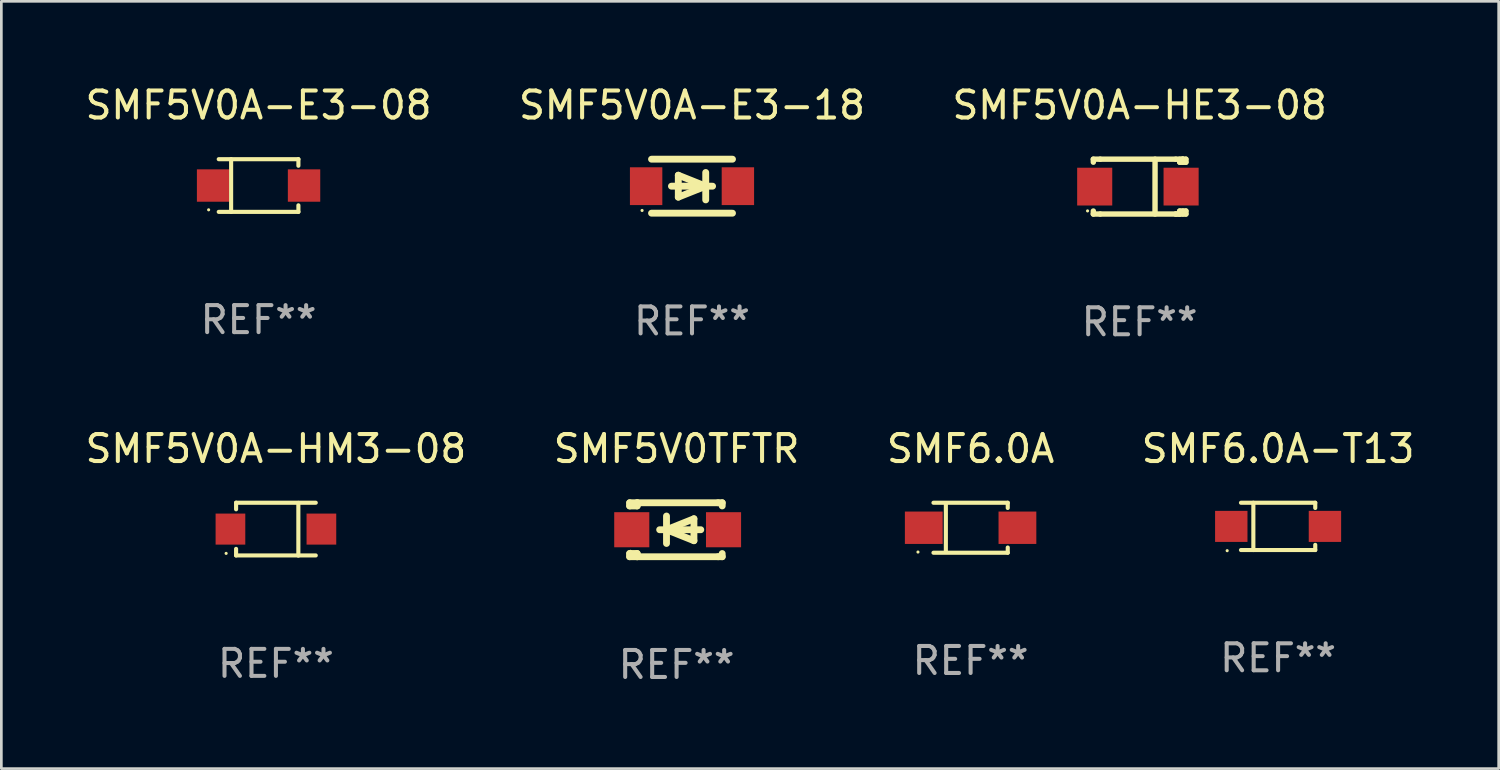
<source format=kicad_pcb>
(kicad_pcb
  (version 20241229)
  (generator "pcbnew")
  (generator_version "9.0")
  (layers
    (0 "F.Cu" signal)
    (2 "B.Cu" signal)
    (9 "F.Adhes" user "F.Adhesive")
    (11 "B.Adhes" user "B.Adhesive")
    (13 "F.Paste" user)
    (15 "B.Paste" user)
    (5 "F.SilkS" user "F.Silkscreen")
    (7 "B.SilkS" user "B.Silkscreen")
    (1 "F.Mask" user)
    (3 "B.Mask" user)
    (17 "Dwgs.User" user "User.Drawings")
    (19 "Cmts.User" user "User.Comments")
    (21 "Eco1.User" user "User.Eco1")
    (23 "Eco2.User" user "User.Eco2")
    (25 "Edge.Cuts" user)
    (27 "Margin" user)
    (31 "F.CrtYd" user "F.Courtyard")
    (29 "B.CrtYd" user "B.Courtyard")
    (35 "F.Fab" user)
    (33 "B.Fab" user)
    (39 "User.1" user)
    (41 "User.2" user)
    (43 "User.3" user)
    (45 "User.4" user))
  (footprint "SMF6.0A-T13"
    (layer "F.Cu")
    (at 44.304 16.453)
    (property "Reference" "SMF6.0A-T13" (at 0 -2.876 0) (layer "F.SilkS") (effects (font (size 1 1) (thickness 0.15))))
    (attr through_hole)
    (fp_line (start -1.376 -0.876) (end 1.376 -0.876) (stroke (width 0.152) (type solid)) (layer "F.SilkS"))
    (fp_line (start -1.376 0.876) (end 1.376 0.876) (stroke (width 0.152) (type solid)) (layer "F.SilkS"))
    (fp_line (start -0.917 -0.876) (end -0.917 0.876) (stroke (width 0.152) (type solid)) (layer "F.SilkS"))
    (fp_line (start 1.376 -0.876) (end 1.376 -0.683) (stroke (width 0.152) (type solid)) (layer "F.SilkS"))
    (fp_line (start 1.376 0.876) (end 1.376 0.683) (stroke (width 0.152) (type solid)) (layer "F.SilkS"))
    (fp_circle (center -1.887 0.9) (end -1.857 0.9) (stroke (width 0.06) (type solid)) (fill no) (layer "F.SilkS"))
    (fp_text user "REF**" (at 0 4.876 0) (layer "F.Fab") (effects (font (size 1 1) (thickness 0.15))))
    (pad "1" smd rect (at -1.735 0) (size 1.2 1.15) (layers "F.Cu" "F.Mask" "F.Paste"))
    (pad "2" smd rect (at 1.735 0) (size 1.2 1.15) (layers "F.Cu" "F.Mask" "F.Paste")))
  (footprint "SMF5V0A-HE3-08"
    (layer "F.Cu")
    (at 39.173 3.864)
    (property "Reference" "SMF5V0A-HE3-08" (at 0 -3.016 0) (layer "F.SilkS") (effects (font (size 1 1) (thickness 0.15))))
    (attr through_hole)
    (fp_line (start -1.715 -1.016) (end -1.715 -0.904) (stroke (width 0.2) (type solid)) (layer "F.SilkS"))
    (fp_line (start -1.715 0.904) (end -1.715 1.016) (stroke (width 0.2) (type solid)) (layer "F.SilkS"))
    (fp_line (start -1.715 1.016) (end -1.461 1.016) (stroke (width 0.2) (type solid)) (layer "F.SilkS"))
    (fp_line (start -1.461 -1.016) (end -1.715 -1.016) (stroke (width 0.2) (type solid)) (layer "F.SilkS"))
    (fp_line (start -1.461 -1.016) (end 1.339 -1.016) (stroke (width 0.2) (type solid)) (layer "F.SilkS"))
    (fp_line (start -1.461 1.016) (end 1.339 1.016) (stroke (width 0.2) (type solid)) (layer "F.SilkS"))
    (fp_line (start 0.572 -1.016) (end 0.571 1.016) (stroke (width 0.2) (type solid)) (layer "F.SilkS"))
    (fp_line (start 1.339 -1.016) (end 1.588 -1.016) (stroke (width 0.2) (type solid)) (layer "F.SilkS"))
    (fp_line (start 1.339 1.016) (end 1.486 1.016) (stroke (width 0.2) (type solid)) (layer "F.SilkS"))
    (fp_line (start 1.486 -0.904) (end 1.486 -1.016) (stroke (width 0.2) (type solid)) (layer "F.SilkS"))
    (fp_line (start 1.486 1.016) (end 1.486 0.904) (stroke (width 0.2) (type solid)) (layer "F.SilkS"))
    (fp_line (start 1.588 -1.016) (end 1.603 -1.016) (stroke (width 0.2) (type solid)) (layer "F.SilkS"))
    (fp_line (start 1.588 -1.016) (end 1.715 -1.016) (stroke (width 0.2) (type solid)) (layer "F.SilkS"))
    (fp_line (start 1.603 -1.016) (end 1.603 -0.904) (stroke (width 0.2) (type solid)) (layer "F.SilkS"))
    (fp_line (start 1.603 0.904) (end 1.603 1.016) (stroke (width 0.2) (type solid)) (layer "F.SilkS"))
    (fp_line (start 1.715 -1.016) (end 1.715 -0.904) (stroke (width 0.2) (type solid)) (layer "F.SilkS"))
    (fp_line (start 1.715 -0.904) (end 1.486 -0.904) (stroke (width 0.2) (type solid)) (layer "F.SilkS"))
    (fp_line (start 1.715 0.904) (end 1.486 0.904) (stroke (width 0.2) (type solid)) (layer "F.SilkS"))
    (fp_line (start 1.715 0.904) (end 1.715 1.016) (stroke (width 0.2) (type solid)) (layer "F.SilkS"))
    (fp_line (start 1.715 1.016) (end 1.339 1.016) (stroke (width 0.2) (type solid)) (layer "F.SilkS"))
    (fp_circle (center -1.929 0.9) (end -1.899 0.9) (stroke (width 0.06) (type solid)) (fill no) (layer "F.SilkS"))
    (fp_text user "REF**" (at 0 5.016 0) (layer "F.Fab") (effects (font (size 1 1) (thickness 0.15))))
    (pad "1" smd rect (at -1.664 0) (size 1.3 1.4) (layers "F.Cu" "F.Mask" "F.Paste"))
    (pad "2" smd rect (at 1.537 0) (size 1.3 1.4) (layers "F.Cu" "F.Mask" "F.Paste")))
  (footprint "SMF5V0TFTR"
    (layer "F.Cu")
    (at 22.018 16.577)
    (property "Reference" "SMF5V0TFTR" (at 0 -3 0) (layer "F.SilkS") (effects (font (size 1 1) (thickness 0.15))))
    (attr through_hole)
    (fp_line (start -1.739 -1) (end -1.739 -0.882) (stroke (width 0.254) (type solid)) (layer "F.SilkS"))
    (fp_line (start -1.739 1) (end -1.739 0.881) (stroke (width 0.254) (type solid)) (layer "F.SilkS"))
    (fp_line (start -1.461 -1) (end -1.739 -1) (stroke (width 0.254) (type solid)) (layer "F.SilkS"))
    (fp_line (start -1.461 -1) (end -1.461 -0.882) (stroke (width 0.254) (type solid)) (layer "F.SilkS"))
    (fp_line (start -1.461 -1) (end 1.539 -1) (stroke (width 0.254) (type solid)) (layer "F.SilkS"))
    (fp_line (start -1.461 -0.882) (end -1.739 -0.882) (stroke (width 0.254) (type solid)) (layer "F.SilkS"))
    (fp_line (start -1.461 0.881) (end -1.739 0.881) (stroke (width 0.254) (type solid)) (layer "F.SilkS"))
    (fp_line (start -1.461 0.881) (end -1.461 1) (stroke (width 0.254) (type solid)) (layer "F.SilkS"))
    (fp_line (start -1.461 1) (end -1.739 1) (stroke (width 0.254) (type solid)) (layer "F.SilkS"))
    (fp_line (start -0.628 -0.000394) (end 0.896 -0.000394) (stroke (width 0.254) (type solid)) (layer "F.SilkS"))
    (fp_line (start -0.374 -0.508) (end -0.374 0.508) (stroke (width 0.254) (type solid)) (layer "F.SilkS"))
    (fp_line (start -0.374 -0.000394) (end 0.642 -0.407) (stroke (width 0.254) (type solid)) (layer "F.SilkS"))
    (fp_line (start 0.642 -0.407) (end 0.642 0.406) (stroke (width 0.254) (type solid)) (layer "F.SilkS"))
    (fp_line (start 0.642 0.406) (end -0.374 -0.000394) (stroke (width 0.254) (type solid)) (layer "F.SilkS"))
    (fp_line (start 1.539 -1) (end 1.69 -1) (stroke (width 0.254) (type solid)) (layer "F.SilkS"))
    (fp_line (start 1.539 1) (end -1.461 1) (stroke (width 0.254) (type solid)) (layer "F.SilkS"))
    (fp_line (start 1.689 0.881) (end 1.689 1) (stroke (width 0.254) (type solid)) (layer "F.SilkS"))
    (fp_line (start 1.689 1) (end 1.539 1) (stroke (width 0.254) (type solid)) (layer "F.SilkS"))
    (fp_line (start 1.69 -1) (end 1.69 -0.882) (stroke (width 0.254) (type solid)) (layer "F.SilkS"))
    (fp_circle (center -1.711 0.8) (end -1.681 0.8) (stroke (width 0.06) (type solid)) (fill no) (layer "F.SilkS"))
    (fp_text user "REF**" (at 0 5 0) (layer "F.Fab") (effects (font (size 1 1) (thickness 0.15))))
    (pad "1" smd rect (at -1.661 -0.000394) (size 1.3 1.3) (layers "F.Cu" "F.Mask" "F.Paste"))
    (pad "2" smd rect (at 1.739 -0.000394) (size 1.3 1.3) (layers "F.Cu" "F.Mask" "F.Paste")))
  (footprint "SMF5V0A-E3-18"
    (layer "F.Cu")
    (at 22.589 3.848)
    (property "Reference" "SMF5V0A-E3-18" (at 0 -3 0) (layer "F.SilkS") (effects (font (size 1 1) (thickness 0.15))))
    (attr through_hole)
    (fp_line (start -1.5 -1) (end 1.5 -1) (stroke (width 0.254) (type solid)) (layer "F.SilkS"))
    (fp_line (start -1.5 1) (end 1.5 1) (stroke (width 0.254) (type solid)) (layer "F.SilkS"))
    (fp_line (start -0.508 -0.406) (end 0.508 0) (stroke (width 0.254) (type solid)) (layer "F.SilkS"))
    (fp_line (start -0.508 0.406) (end -0.508 -0.406) (stroke (width 0.254) (type solid)) (layer "F.SilkS"))
    (fp_line (start 0.508 0) (end -0.508 0.406) (stroke (width 0.254) (type solid)) (layer "F.SilkS"))
    (fp_line (start 0.508 0.508) (end 0.508 -0.508) (stroke (width 0.254) (type solid)) (layer "F.SilkS"))
    (fp_line (start 0.762 0) (end -0.762 0) (stroke (width 0.254) (type solid)) (layer "F.SilkS"))
    (fp_circle (center -1.85 0.9) (end -1.82 0.9) (stroke (width 0.06) (type solid)) (fill no) (layer "F.SilkS"))
    (fp_text user "REF**" (at 0 5 0) (layer "F.Fab") (effects (font (size 1 1) (thickness 0.15))))
    (pad "1" smd rect (at -1.7 0) (size 1.2 1.4) (layers "F.Cu" "F.Mask" "F.Paste"))
    (pad "2" smd rect (at 1.7 0) (size 1.2 1.4) (layers "F.Cu" "F.Mask" "F.Paste")))
  (footprint "SMF5V0A-E3-08"
    (layer "F.Cu")
    (at 6.53 3.824)
    (property "Reference" "SMF5V0A-E3-08" (at 0 -2.976 0) (layer "F.SilkS") (effects (font (size 1 1) (thickness 0.15))))
    (attr through_hole)
    (fp_line (start -1.476 -0.976) (end 1.476 -0.976) (stroke (width 0.152) (type solid)) (layer "F.SilkS"))
    (fp_line (start -1.476 0.976) (end 1.476 0.976) (stroke (width 0.152) (type solid)) (layer "F.SilkS"))
    (fp_line (start -1.017 -0.976) (end -1.017 0.976) (stroke (width 0.152) (type solid)) (layer "F.SilkS"))
    (fp_line (start 1.476 -0.976) (end 1.476 -0.733) (stroke (width 0.152) (type solid)) (layer "F.SilkS"))
    (fp_line (start 1.476 0.976) (end 1.476 0.733) (stroke (width 0.152) (type solid)) (layer "F.SilkS"))
    (fp_circle (center -1.85 0.9) (end -1.82 0.9) (stroke (width 0.06) (type solid)) (fill no) (layer "F.SilkS"))
    (fp_text user "REF**" (at 0 4.976 0) (layer "F.Fab") (effects (font (size 1 1) (thickness 0.15))))
    (pad "1" smd rect (at -1.685 0) (size 1.2 1.2) (layers "F.Cu" "F.Mask" "F.Paste"))
    (pad "2" smd rect (at 1.685 0) (size 1.2 1.2) (layers "F.Cu" "F.Mask" "F.Paste")))
  (footprint "SMF5V0A-HM3-08"
    (layer "F.Cu")
    (at 7.173 16.556)
    (property "Reference" "SMF5V0A-HM3-08" (at 0 -2.98 0) (layer "F.SilkS") (effects (font (size 1 1) (thickness 0.15))))
    (attr through_hole)
    (fp_line (start -1.476 -0.98) (end -1.476 -0.737) (stroke (width 0.152) (type solid)) (layer "F.SilkS"))
    (fp_line (start -1.476 0.973) (end -1.476 0.73) (stroke (width 0.152) (type solid)) (layer "F.SilkS"))
    (fp_line (start 0.831 0.98) (end 0.831 -0.973) (stroke (width 0.152) (type solid)) (layer "F.SilkS"))
    (fp_line (start 1.476 -0.98) (end -1.476 -0.98) (stroke (width 0.152) (type solid)) (layer "F.SilkS"))
    (fp_line (start 1.476 0.973) (end -1.476 0.973) (stroke (width 0.152) (type solid)) (layer "F.SilkS"))
    (fp_circle (center -1.845 0.897) (end -1.815 0.897) (stroke (width 0.06) (type solid)) (fill no) (layer "F.SilkS"))
    (fp_text user "REF**" (at 0 4.98 0) (layer "F.Fab") (effects (font (size 1 1) (thickness 0.15))))
    (pad "1" smd rect (at -1.685 -0.003) (size 1.1 1.15) (layers "F.Cu" "F.Mask" "F.Paste"))
    (pad "2" smd rect (at 1.685 -0.003) (size 1.1 1.15) (layers "F.Cu" "F.Mask" "F.Paste")))
  (footprint "SMF6.0A"
    (layer "F.Cu")
    (at 32.911 16.503)
    (property "Reference" "SMF6.0A" (at 0 -2.926 0) (layer "F.SilkS") (effects (font (size 1 1) (thickness 0.15))))
    (attr through_hole)
    (fp_line (start -1.376 -0.926) (end 1.376 -0.926) (stroke (width 0.152) (type solid)) (layer "F.SilkS"))
    (fp_line (start -1.376 0.926) (end 1.376 0.926) (stroke (width 0.152) (type solid)) (layer "F.SilkS"))
    (fp_line (start -0.917 -0.876) (end -0.917 0.876) (stroke (width 0.152) (type solid)) (layer "F.SilkS"))
    (fp_line (start 1.376 -0.926) (end 1.376 -0.733) (stroke (width 0.152) (type solid)) (layer "F.SilkS"))
    (fp_line (start 1.376 0.926) (end 1.376 0.733) (stroke (width 0.152) (type solid)) (layer "F.SilkS"))
    (fp_circle (center -1.95 0.9) (end -1.92 0.9) (stroke (width 0.06) (type solid)) (fill no) (layer "F.SilkS"))
    (fp_text user "REF**" (at 0 4.926 0) (layer "F.Fab") (effects (font (size 1 1) (thickness 0.15))))
    (pad "1" smd rect (at -1.735 0) (size 1.4 1.2) (layers "F.Cu" "F.Mask" "F.Paste"))
    (pad "2" smd rect (at 1.735 0) (size 1.4 1.2) (layers "F.Cu" "F.Mask" "F.Paste")))
  (gr_rect
    (start -3 -3)
    (end 52.476 25.426)
    (stroke (width 0.1) (type default))
    (fill no)
    (layer "Edge.Cuts")))
</source>
